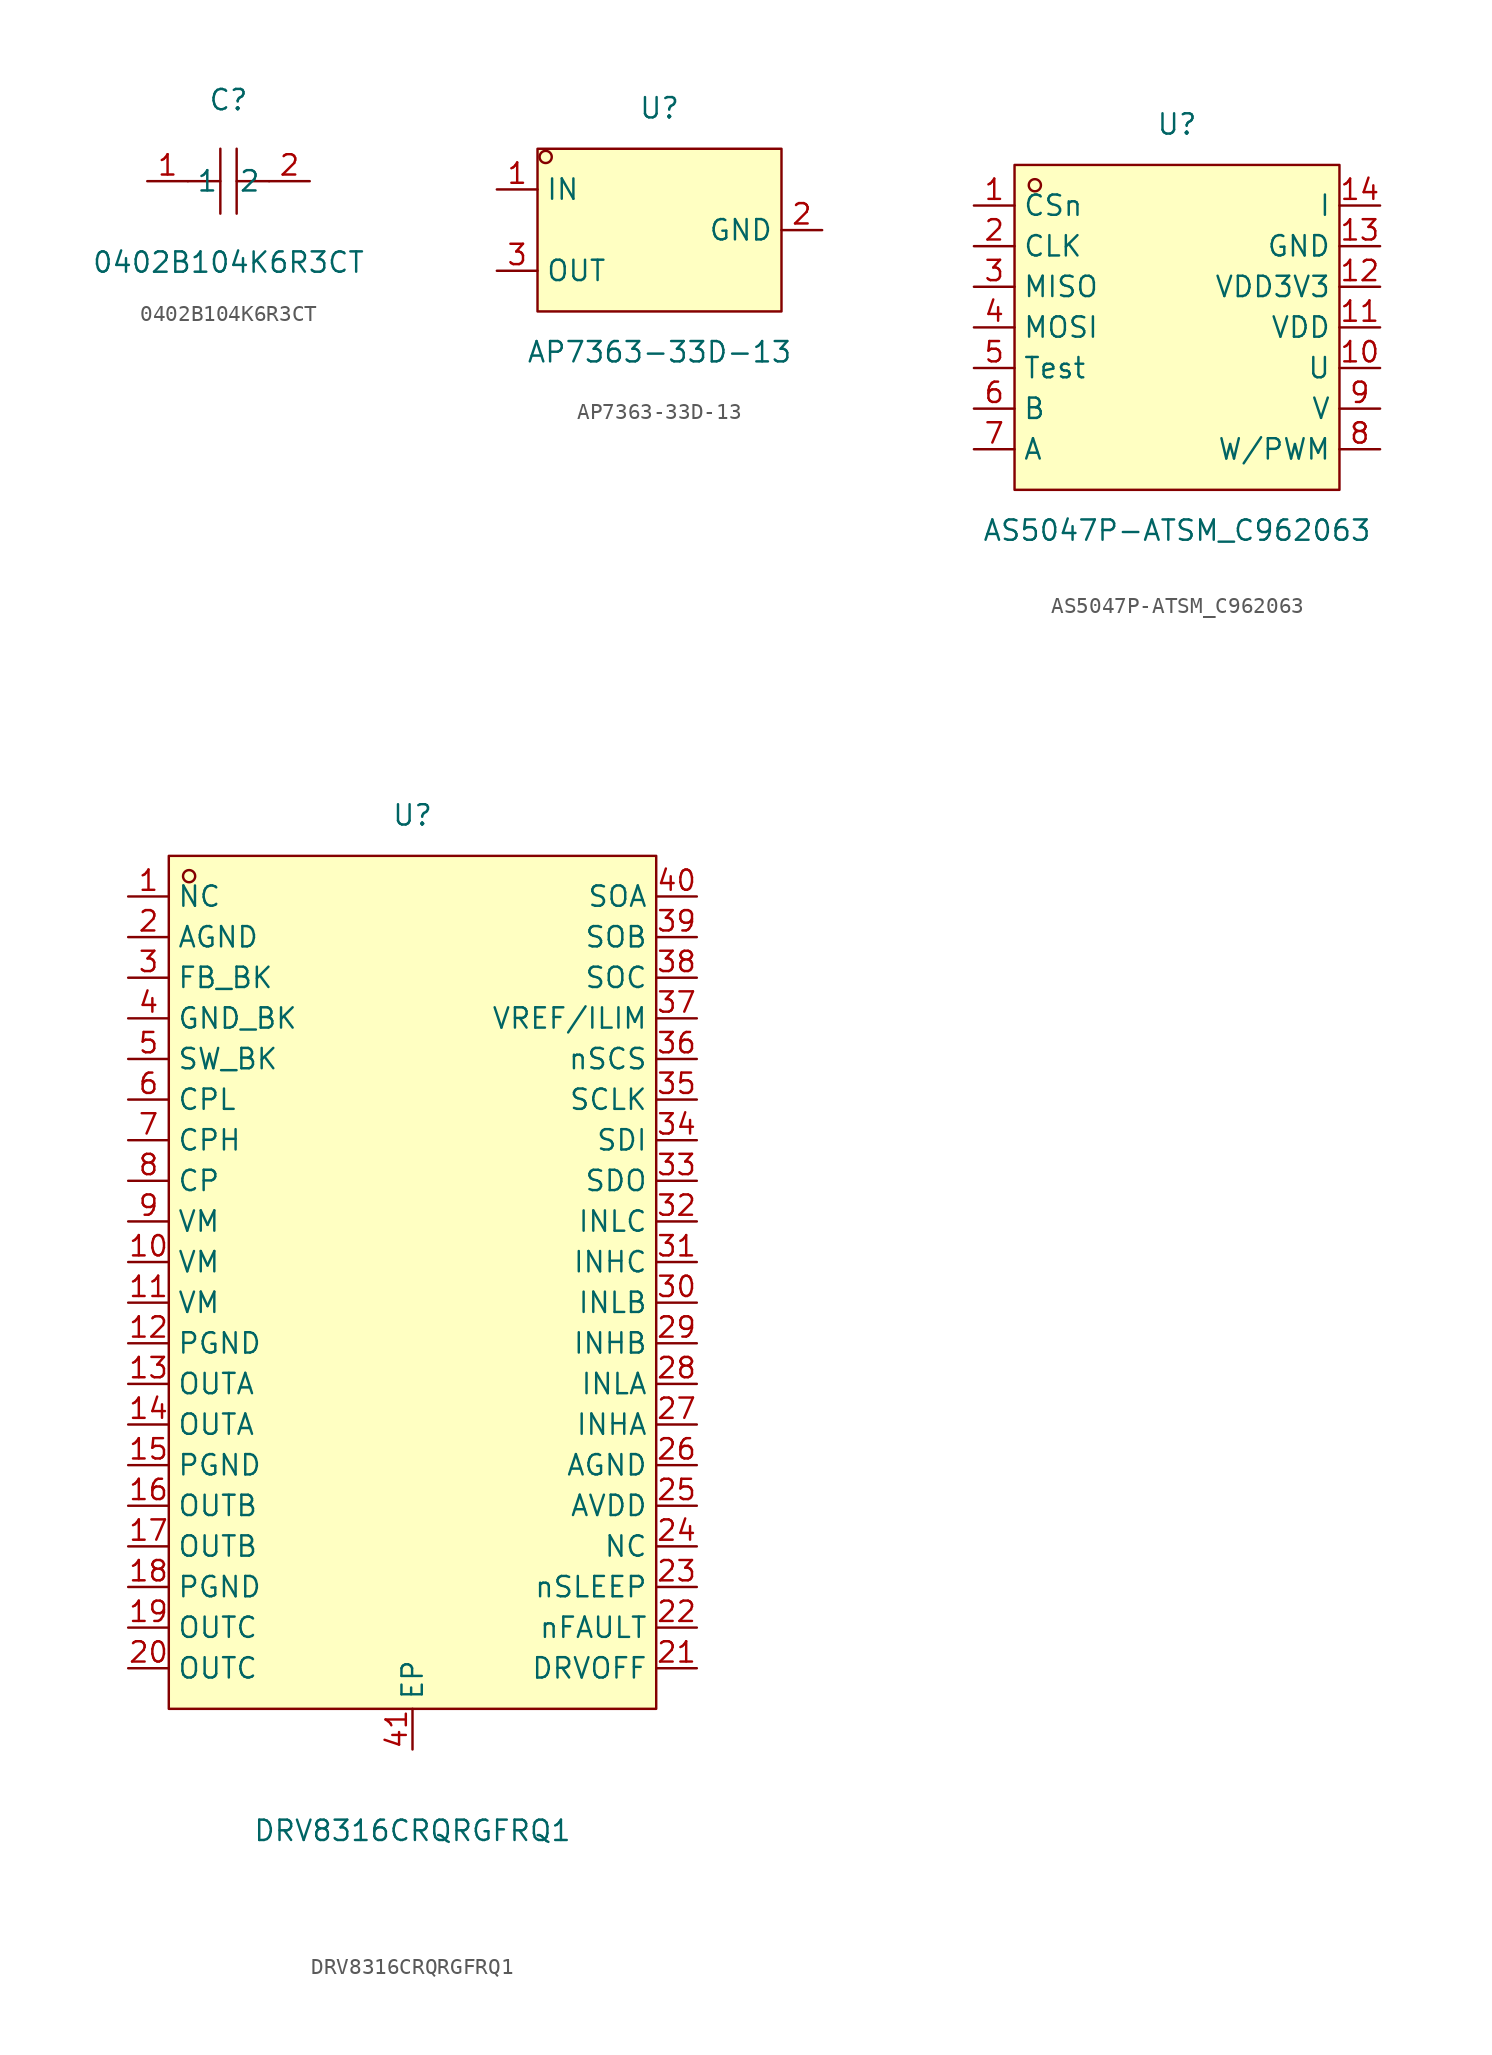
<source format=kicad_sym>
(kicad_symbol_lib
  (version 20211014)
  (generator https://github.com/uPesy/easyeda2kicad.py)
  (symbol "0402B104K6R3CT"
    (property "Reference" "C"
      (at 0 5.08 0)
      (effects (font (size 1.27 1.27))))
    (property "Value" "0402B104K6R3CT"
      (at 0 -5.08 0)
      (effects (font (size 1.27 1.27))))
    (symbol "0402B104K6R3CT_0_1"
      (polyline (pts (xy -0.51 -0.00) (xy -2.54 -0.00)) (stroke (width 0) (type default) (color 0 0 0 0)) (fill (type none)))
      (polyline (pts (xy 0.51 2.03) (xy 0.51 -2.03)) (stroke (width 0) (type default) (color 0 0 0 0)) (fill (type none)))
      (polyline (pts (xy 2.54 -0.00) (xy 0.51 -0.00)) (stroke (width 0) (type default) (color 0 0 0 0)) (fill (type none)))
      (polyline (pts (xy -0.51 -2.03) (xy -0.51 2.03)) (stroke (width 0) (type default) (color 0 0 0 0)) (fill (type none)))
      (pin unspecified line (at 5.08 -0.00 180) (length 2.54) (name "2" (effects (font (size 1.27 1.27)))) (number "2" (effects (font (size 1.27 1.27)))))
      (pin unspecified line (at -5.08 -0.00 0) (length 2.54) (name "1" (effects (font (size 1.27 1.27)))) (number "1" (effects (font (size 1.27 1.27)))))))
  (symbol "AP7363-33D-13"
    (property "Reference" "U"
      (at 0 7.62 0)
      (effects (font (size 1.27 1.27))))
    (property "Value" "AP7363-33D-13"
      (at 0 -7.62 0)
      (effects (font (size 1.27 1.27))))
    (symbol "AP7363-33D-13_0_1"
      (rectangle (start -7.62 5.08) (end 7.62 -5.08) (stroke (width 0) (type default) (color 0 0 0 0)) (fill (type background)))
      (circle (center -7.11 4.57) (radius 0.38) (stroke (width 0) (type default) (color 0 0 0 0)) (fill (type none)))
      (pin unspecified line (at -10.16 2.54 0) (length 2.54) (name "IN" (effects (font (size 1.27 1.27)))) (number "1" (effects (font (size 1.27 1.27)))))
      (pin unspecified line (at -10.16 -2.54 0) (length 2.54) (name "OUT" (effects (font (size 1.27 1.27)))) (number "3" (effects (font (size 1.27 1.27)))))
      (pin unspecified line (at 10.16 -0.00 180) (length 2.54) (name "GND" (effects (font (size 1.27 1.27)))) (number "2" (effects (font (size 1.27 1.27)))))))
  (symbol "AS5047P-ATSM_C962063"
    (property "Reference" "U"
      (at 0 12.70 0)
      (effects (font (size 1.27 1.27))))
    (property "Value" "AS5047P-ATSM_C962063"
      (at 0 -12.70 0)
      (effects (font (size 1.27 1.27))))
    (symbol "AS5047P-ATSM_C962063_0_1"
      (rectangle (start -10.16 10.16) (end 10.16 -10.16) (stroke (width 0) (type default) (color 0 0 0 0)) (fill (type background)))
      (circle (center -8.89 8.89) (radius 0.38) (stroke (width 0) (type default) (color 0 0 0 0)) (fill (type none)))
      (pin unspecified line (at -12.70 7.62 0) (length 2.54) (name "CSn" (effects (font (size 1.27 1.27)))) (number "1" (effects (font (size 1.27 1.27)))))
      (pin unspecified line (at -12.70 5.08 0) (length 2.54) (name "CLK" (effects (font (size 1.27 1.27)))) (number "2" (effects (font (size 1.27 1.27)))))
      (pin unspecified line (at -12.70 2.54 0) (length 2.54) (name "MISO" (effects (font (size 1.27 1.27)))) (number "3" (effects (font (size 1.27 1.27)))))
      (pin unspecified line (at -12.70 -0.00 0) (length 2.54) (name "MOSI" (effects (font (size 1.27 1.27)))) (number "4" (effects (font (size 1.27 1.27)))))
      (pin unspecified line (at -12.70 -2.54 0) (length 2.54) (name "Test" (effects (font (size 1.27 1.27)))) (number "5" (effects (font (size 1.27 1.27)))))
      (pin unspecified line (at -12.70 -5.08 0) (length 2.54) (name "B" (effects (font (size 1.27 1.27)))) (number "6" (effects (font (size 1.27 1.27)))))
      (pin unspecified line (at -12.70 -7.62 0) (length 2.54) (name "A" (effects (font (size 1.27 1.27)))) (number "7" (effects (font (size 1.27 1.27)))))
      (pin unspecified line (at 12.70 -7.62 180) (length 2.54) (name "W/PWM" (effects (font (size 1.27 1.27)))) (number "8" (effects (font (size 1.27 1.27)))))
      (pin unspecified line (at 12.70 -5.08 180) (length 2.54) (name "V" (effects (font (size 1.27 1.27)))) (number "9" (effects (font (size 1.27 1.27)))))
      (pin unspecified line (at 12.70 -2.54 180) (length 2.54) (name "U" (effects (font (size 1.27 1.27)))) (number "10" (effects (font (size 1.27 1.27)))))
      (pin unspecified line (at 12.70 -0.00 180) (length 2.54) (name "VDD" (effects (font (size 1.27 1.27)))) (number "11" (effects (font (size 1.27 1.27)))))
      (pin unspecified line (at 12.70 2.54 180) (length 2.54) (name "VDD3V3" (effects (font (size 1.27 1.27)))) (number "12" (effects (font (size 1.27 1.27)))))
      (pin unspecified line (at 12.70 5.08 180) (length 2.54) (name "GND" (effects (font (size 1.27 1.27)))) (number "13" (effects (font (size 1.27 1.27)))))
      (pin unspecified line (at 12.70 7.62 180) (length 2.54) (name "I" (effects (font (size 1.27 1.27)))) (number "14" (effects (font (size 1.27 1.27)))))))
  (symbol "DRV8316CRQRGFRQ1"
    (property "Reference" "U"
      (at 0 29.21 0)
      (effects (font (size 1.27 1.27))))
    (property "Value" "DRV8316CRQRGFRQ1"
      (at 0 -34.29 0)
      (effects (font (size 1.27 1.27))))
    (symbol "DRV8316CRQRGFRQ1_0_1"
      (rectangle (start -15.24 26.67) (end 15.24 -26.67) (stroke (width 0) (type default) (color 0 0 0 0)) (fill (type background)))
      (circle (center -13.97 25.40) (radius 0.38) (stroke (width 0) (type default) (color 0 0 0 0)) (fill (type none)))
      (pin unspecified line (at -17.78 24.13 0) (length 2.54) (name "NC" (effects (font (size 1.27 1.27)))) (number "1" (effects (font (size 1.27 1.27)))))
      (pin unspecified line (at -17.78 21.59 0) (length 2.54) (name "AGND" (effects (font (size 1.27 1.27)))) (number "2" (effects (font (size 1.27 1.27)))))
      (pin unspecified line (at -17.78 19.05 0) (length 2.54) (name "FB_BK" (effects (font (size 1.27 1.27)))) (number "3" (effects (font (size 1.27 1.27)))))
      (pin unspecified line (at -17.78 16.51 0) (length 2.54) (name "GND_BK" (effects (font (size 1.27 1.27)))) (number "4" (effects (font (size 1.27 1.27)))))
      (pin unspecified line (at -17.78 13.97 0) (length 2.54) (name "SW_BK" (effects (font (size 1.27 1.27)))) (number "5" (effects (font (size 1.27 1.27)))))
      (pin unspecified line (at -17.78 11.43 0) (length 2.54) (name "CPL" (effects (font (size 1.27 1.27)))) (number "6" (effects (font (size 1.27 1.27)))))
      (pin unspecified line (at -17.78 8.89 0) (length 2.54) (name "CPH" (effects (font (size 1.27 1.27)))) (number "7" (effects (font (size 1.27 1.27)))))
      (pin unspecified line (at -17.78 6.35 0) (length 2.54) (name "CP" (effects (font (size 1.27 1.27)))) (number "8" (effects (font (size 1.27 1.27)))))
      (pin unspecified line (at -17.78 3.81 0) (length 2.54) (name "VM" (effects (font (size 1.27 1.27)))) (number "9" (effects (font (size 1.27 1.27)))))
      (pin unspecified line (at -17.78 1.27 0) (length 2.54) (name "VM" (effects (font (size 1.27 1.27)))) (number "10" (effects (font (size 1.27 1.27)))))
      (pin unspecified line (at -17.78 -1.27 0) (length 2.54) (name "VM" (effects (font (size 1.27 1.27)))) (number "11" (effects (font (size 1.27 1.27)))))
      (pin unspecified line (at -17.78 -3.81 0) (length 2.54) (name "PGND" (effects (font (size 1.27 1.27)))) (number "12" (effects (font (size 1.27 1.27)))))
      (pin unspecified line (at -17.78 -6.35 0) (length 2.54) (name "OUTA" (effects (font (size 1.27 1.27)))) (number "13" (effects (font (size 1.27 1.27)))))
      (pin unspecified line (at -17.78 -8.89 0) (length 2.54) (name "OUTA" (effects (font (size 1.27 1.27)))) (number "14" (effects (font (size 1.27 1.27)))))
      (pin unspecified line (at -17.78 -11.43 0) (length 2.54) (name "PGND" (effects (font (size 1.27 1.27)))) (number "15" (effects (font (size 1.27 1.27)))))
      (pin unspecified line (at -17.78 -13.97 0) (length 2.54) (name "OUTB" (effects (font (size 1.27 1.27)))) (number "16" (effects (font (size 1.27 1.27)))))
      (pin unspecified line (at -17.78 -16.51 0) (length 2.54) (name "OUTB" (effects (font (size 1.27 1.27)))) (number "17" (effects (font (size 1.27 1.27)))))
      (pin unspecified line (at -17.78 -19.05 0) (length 2.54) (name "PGND" (effects (font (size 1.27 1.27)))) (number "18" (effects (font (size 1.27 1.27)))))
      (pin unspecified line (at -17.78 -21.59 0) (length 2.54) (name "OUTC" (effects (font (size 1.27 1.27)))) (number "19" (effects (font (size 1.27 1.27)))))
      (pin unspecified line (at -17.78 -24.13 0) (length 2.54) (name "OUTC" (effects (font (size 1.27 1.27)))) (number "20" (effects (font (size 1.27 1.27)))))
      (pin unspecified line (at 17.78 -24.13 180) (length 2.54) (name "DRVOFF" (effects (font (size 1.27 1.27)))) (number "21" (effects (font (size 1.27 1.27)))))
      (pin unspecified line (at 17.78 -21.59 180) (length 2.54) (name "nFAULT" (effects (font (size 1.27 1.27)))) (number "22" (effects (font (size 1.27 1.27)))))
      (pin unspecified line (at 17.78 -19.05 180) (length 2.54) (name "nSLEEP" (effects (font (size 1.27 1.27)))) (number "23" (effects (font (size 1.27 1.27)))))
      (pin unspecified line (at 17.78 -16.51 180) (length 2.54) (name "NC" (effects (font (size 1.27 1.27)))) (number "24" (effects (font (size 1.27 1.27)))))
      (pin unspecified line (at 17.78 -13.97 180) (length 2.54) (name "AVDD" (effects (font (size 1.27 1.27)))) (number "25" (effects (font (size 1.27 1.27)))))
      (pin unspecified line (at 17.78 -11.43 180) (length 2.54) (name "AGND" (effects (font (size 1.27 1.27)))) (number "26" (effects (font (size 1.27 1.27)))))
      (pin unspecified line (at 17.78 -8.89 180) (length 2.54) (name "INHA" (effects (font (size 1.27 1.27)))) (number "27" (effects (font (size 1.27 1.27)))))
      (pin unspecified line (at 17.78 -6.35 180) (length 2.54) (name "INLA" (effects (font (size 1.27 1.27)))) (number "28" (effects (font (size 1.27 1.27)))))
      (pin unspecified line (at 17.78 -3.81 180) (length 2.54) (name "INHB" (effects (font (size 1.27 1.27)))) (number "29" (effects (font (size 1.27 1.27)))))
      (pin unspecified line (at 17.78 -1.27 180) (length 2.54) (name "INLB" (effects (font (size 1.27 1.27)))) (number "30" (effects (font (size 1.27 1.27)))))
      (pin unspecified line (at 17.78 1.27 180) (length 2.54) (name "INHC" (effects (font (size 1.27 1.27)))) (number "31" (effects (font (size 1.27 1.27)))))
      (pin unspecified line (at 17.78 3.81 180) (length 2.54) (name "INLC" (effects (font (size 1.27 1.27)))) (number "32" (effects (font (size 1.27 1.27)))))
      (pin unspecified line (at 17.78 6.35 180) (length 2.54) (name "SDO" (effects (font (size 1.27 1.27)))) (number "33" (effects (font (size 1.27 1.27)))))
      (pin unspecified line (at 17.78 8.89 180) (length 2.54) (name "SDI" (effects (font (size 1.27 1.27)))) (number "34" (effects (font (size 1.27 1.27)))))
      (pin unspecified line (at 17.78 11.43 180) (length 2.54) (name "SCLK" (effects (font (size 1.27 1.27)))) (number "35" (effects (font (size 1.27 1.27)))))
      (pin unspecified line (at 17.78 13.97 180) (length 2.54) (name "nSCS" (effects (font (size 1.27 1.27)))) (number "36" (effects (font (size 1.27 1.27)))))
      (pin unspecified line (at 17.78 16.51 180) (length 2.54) (name "VREF/ILIM" (effects (font (size 1.27 1.27)))) (number "37" (effects (font (size 1.27 1.27)))))
      (pin unspecified line (at 17.78 19.05 180) (length 2.54) (name "SOC" (effects (font (size 1.27 1.27)))) (number "38" (effects (font (size 1.27 1.27)))))
      (pin unspecified line (at 17.78 21.59 180) (length 2.54) (name "SOB" (effects (font (size 1.27 1.27)))) (number "39" (effects (font (size 1.27 1.27)))))
      (pin unspecified line (at 17.78 24.13 180) (length 2.54) (name "SOA" (effects (font (size 1.27 1.27)))) (number "40" (effects (font (size 1.27 1.27)))))
      (pin unspecified line (at 0.00 -29.21 90) (length 2.54) (name "EP" (effects (font (size 1.27 1.27)))) (number "41" (effects (font (size 1.27 1.27))))))))
</source>
